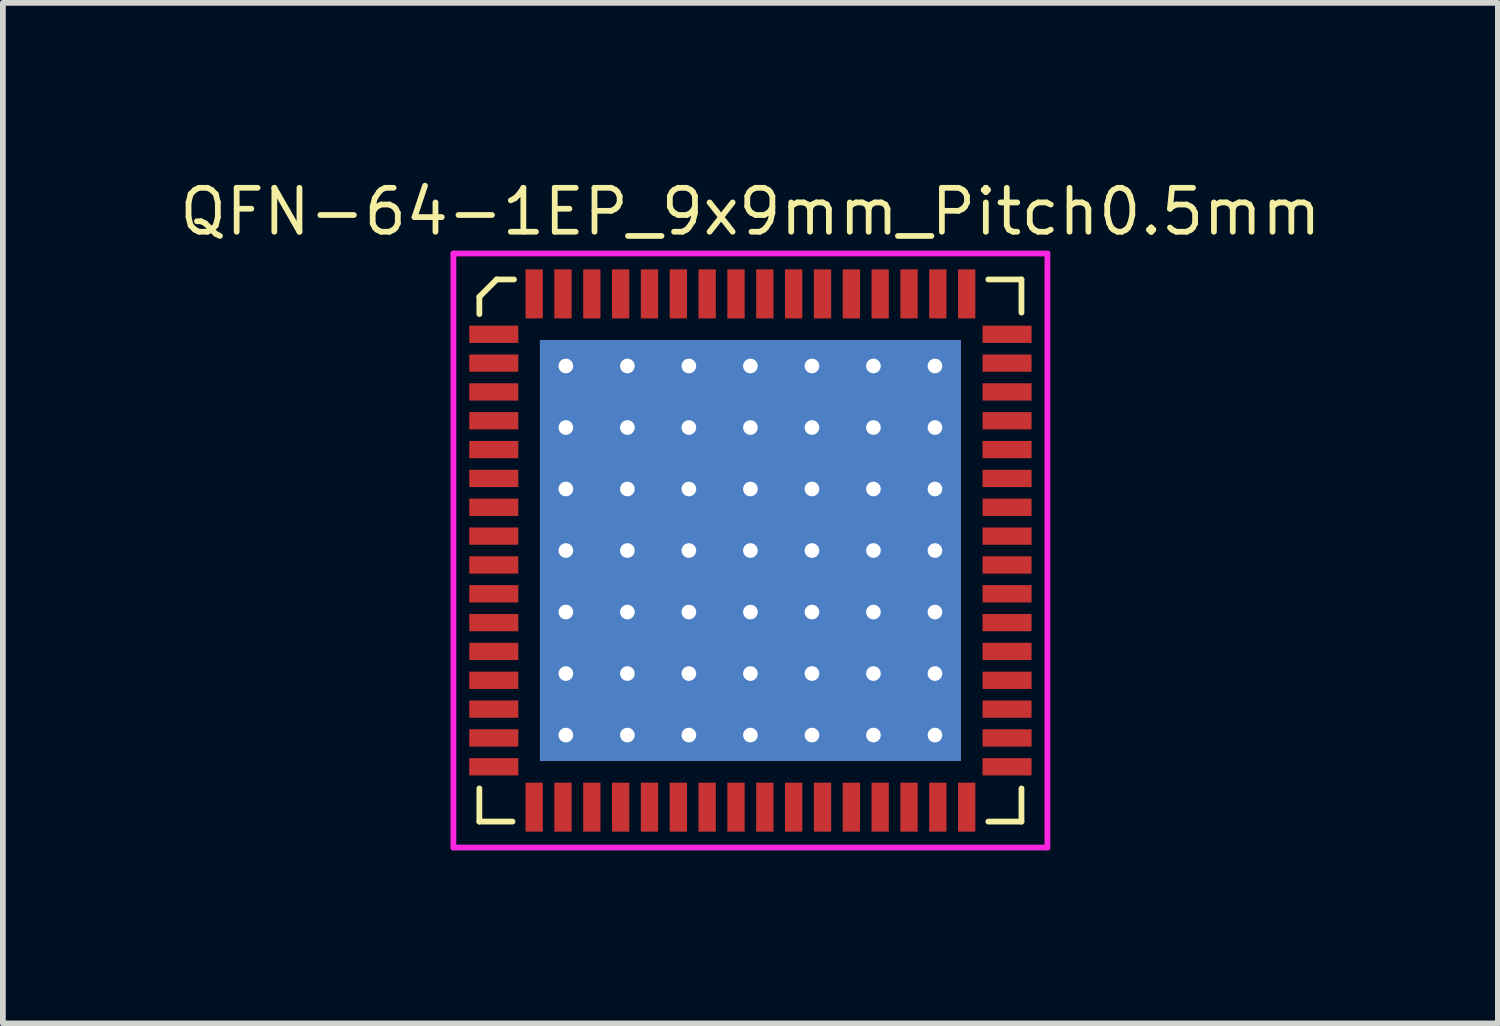
<source format=kicad_pcb>
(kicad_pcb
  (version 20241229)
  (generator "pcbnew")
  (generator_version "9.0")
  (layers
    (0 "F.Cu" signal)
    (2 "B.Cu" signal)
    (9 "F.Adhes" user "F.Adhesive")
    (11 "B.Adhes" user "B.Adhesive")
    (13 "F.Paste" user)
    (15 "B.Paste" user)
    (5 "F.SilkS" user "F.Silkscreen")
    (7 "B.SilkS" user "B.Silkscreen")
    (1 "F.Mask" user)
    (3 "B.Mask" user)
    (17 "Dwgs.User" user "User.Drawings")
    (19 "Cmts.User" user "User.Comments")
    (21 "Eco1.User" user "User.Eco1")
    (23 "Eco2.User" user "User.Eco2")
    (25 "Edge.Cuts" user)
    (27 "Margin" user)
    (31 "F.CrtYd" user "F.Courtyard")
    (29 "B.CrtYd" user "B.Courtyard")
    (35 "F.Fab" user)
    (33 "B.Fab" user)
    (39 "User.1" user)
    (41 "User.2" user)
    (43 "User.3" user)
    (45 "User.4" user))
  (footprint "QFN-64-1EP_9x9mm_Pitch0.5mm"
    (layer "F.Cu")
    (at 9.962 6.496)
    (property "Reference" "QFN-64-1EP_9x9mm_Pitch0.5mm" (at 0 -5.875 0) (layer "F.SilkS") (effects (font (size 0.762 0.762) (thickness 0.1))))
    (attr smd)
    (fp_line (start -4.7 -4.4) (end -4.4 -4.7) (stroke (width 0.1) (type solid)) (layer "F.SilkS"))
    (fp_line (start -4.7 -4.1) (end -4.7 -4.4) (stroke (width 0.1) (type solid)) (layer "F.SilkS"))
    (fp_line (start -4.7 4.7) (end -4.7 4.125) (stroke (width 0.1) (type solid)) (layer "F.SilkS"))
    (fp_line (start -4.7 4.7) (end -4.125 4.7) (stroke (width 0.1) (type solid)) (layer "F.SilkS"))
    (fp_line (start -4.4 -4.7) (end -4.1 -4.7) (stroke (width 0.1) (type solid)) (layer "F.SilkS"))
    (fp_line (start 4.7 -4.7) (end 4.125 -4.7) (stroke (width 0.1) (type solid)) (layer "F.SilkS"))
    (fp_line (start 4.7 -4.7) (end 4.7 -4.125) (stroke (width 0.1) (type solid)) (layer "F.SilkS"))
    (fp_line (start 4.7 4.7) (end 4.125 4.7) (stroke (width 0.1) (type solid)) (layer "F.SilkS"))
    (fp_line (start 4.7 4.7) (end 4.7 4.125) (stroke (width 0.1) (type solid)) (layer "F.SilkS"))
    (fp_line (start -5.15 -5.15) (end -5.15 5.15) (stroke (width 0.1) (type solid)) (layer "F.CrtYd"))
    (fp_line (start -5.15 -5.15) (end 5.15 -5.15) (stroke (width 0.1) (type solid)) (layer "F.CrtYd"))
    (fp_line (start -5.15 5.15) (end 5.15 5.15) (stroke (width 0.1) (type solid)) (layer "F.CrtYd"))
    (fp_line (start 5.15 -5.15) (end 5.15 5.15) (stroke (width 0.1) (type solid)) (layer "F.CrtYd"))
    (pad "1" smd rect (at -4.45 -3.75) (size 0.85 0.3) (layers "F.Cu" "F.Mask" "F.Paste"))
    (pad "2" smd rect (at -4.45 -3.25) (size 0.85 0.3) (layers "F.Cu" "F.Mask" "F.Paste"))
    (pad "3" smd rect (at -4.45 -2.75) (size 0.85 0.3) (layers "F.Cu" "F.Mask" "F.Paste"))
    (pad "4" smd rect (at -4.45 -2.25) (size 0.85 0.3) (layers "F.Cu" "F.Mask" "F.Paste"))
    (pad "5" smd rect (at -4.45 -1.75) (size 0.85 0.3) (layers "F.Cu" "F.Mask" "F.Paste"))
    (pad "6" smd rect (at -4.45 -1.25) (size 0.85 0.3) (layers "F.Cu" "F.Mask" "F.Paste"))
    (pad "7" smd rect (at -4.45 -0.75) (size 0.85 0.3) (layers "F.Cu" "F.Mask" "F.Paste"))
    (pad "8" smd rect (at -4.45 -0.25) (size 0.85 0.3) (layers "F.Cu" "F.Mask" "F.Paste"))
    (pad "9" smd rect (at -4.45 0.25) (size 0.85 0.3) (layers "F.Cu" "F.Mask" "F.Paste"))
    (pad "10" smd rect (at -4.45 0.75) (size 0.85 0.3) (layers "F.Cu" "F.Mask" "F.Paste"))
    (pad "11" smd rect (at -4.45 1.25) (size 0.85 0.3) (layers "F.Cu" "F.Mask" "F.Paste"))
    (pad "12" smd rect (at -4.45 1.75) (size 0.85 0.3) (layers "F.Cu" "F.Mask" "F.Paste"))
    (pad "13" smd rect (at -4.45 2.25) (size 0.85 0.3) (layers "F.Cu" "F.Mask" "F.Paste"))
    (pad "14" smd rect (at -4.45 2.75) (size 0.85 0.3) (layers "F.Cu" "F.Mask" "F.Paste"))
    (pad "15" smd rect (at -4.45 3.25) (size 0.85 0.3) (layers "F.Cu" "F.Mask" "F.Paste"))
    (pad "16" smd rect (at -4.45 3.75) (size 0.85 0.3) (layers "F.Cu" "F.Mask" "F.Paste"))
    (pad "17" smd rect (at -3.75 4.45 90) (size 0.85 0.3) (layers "F.Cu" "F.Mask" "F.Paste"))
    (pad "18" smd rect (at -3.25 4.45 90) (size 0.85 0.3) (layers "F.Cu" "F.Mask" "F.Paste"))
    (pad "19" smd rect (at -2.75 4.45 90) (size 0.85 0.3) (layers "F.Cu" "F.Mask" "F.Paste"))
    (pad "20" smd rect (at -2.25 4.45 90) (size 0.85 0.3) (layers "F.Cu" "F.Mask" "F.Paste"))
    (pad "21" smd rect (at -1.75 4.45 90) (size 0.85 0.3) (layers "F.Cu" "F.Mask" "F.Paste"))
    (pad "22" smd rect (at -1.25 4.45 90) (size 0.85 0.3) (layers "F.Cu" "F.Mask" "F.Paste"))
    (pad "23" smd rect (at -0.75 4.45 90) (size 0.85 0.3) (layers "F.Cu" "F.Mask" "F.Paste"))
    (pad "24" smd rect (at -0.25 4.45 90) (size 0.85 0.3) (layers "F.Cu" "F.Mask" "F.Paste"))
    (pad "25" smd rect (at 0.25 4.45 90) (size 0.85 0.3) (layers "F.Cu" "F.Mask" "F.Paste"))
    (pad "26" smd rect (at 0.75 4.45 90) (size 0.85 0.3) (layers "F.Cu" "F.Mask" "F.Paste"))
    (pad "27" smd rect (at 1.25 4.45 90) (size 0.85 0.3) (layers "F.Cu" "F.Mask" "F.Paste"))
    (pad "28" smd rect (at 1.75 4.45 90) (size 0.85 0.3) (layers "F.Cu" "F.Mask" "F.Paste"))
    (pad "29" smd rect (at 2.25 4.45 90) (size 0.85 0.3) (layers "F.Cu" "F.Mask" "F.Paste"))
    (pad "30" smd rect (at 2.75 4.45 90) (size 0.85 0.3) (layers "F.Cu" "F.Mask" "F.Paste"))
    (pad "31" smd rect (at 3.25 4.45 90) (size 0.85 0.3) (layers "F.Cu" "F.Mask" "F.Paste"))
    (pad "32" smd rect (at 3.75 4.45 90) (size 0.85 0.3) (layers "F.Cu" "F.Mask" "F.Paste"))
    (pad "33" smd rect (at 4.45 3.75) (size 0.85 0.3) (layers "F.Cu" "F.Mask" "F.Paste"))
    (pad "34" smd rect (at 4.45 3.25) (size 0.85 0.3) (layers "F.Cu" "F.Mask" "F.Paste"))
    (pad "35" smd rect (at 4.45 2.75) (size 0.85 0.3) (layers "F.Cu" "F.Mask" "F.Paste"))
    (pad "36" smd rect (at 4.45 2.25) (size 0.85 0.3) (layers "F.Cu" "F.Mask" "F.Paste"))
    (pad "37" smd rect (at 4.45 1.75) (size 0.85 0.3) (layers "F.Cu" "F.Mask" "F.Paste"))
    (pad "38" smd rect (at 4.45 1.25) (size 0.85 0.3) (layers "F.Cu" "F.Mask" "F.Paste"))
    (pad "39" smd rect (at 4.45 0.75) (size 0.85 0.3) (layers "F.Cu" "F.Mask" "F.Paste"))
    (pad "40" smd rect (at 4.45 0.25) (size 0.85 0.3) (layers "F.Cu" "F.Mask" "F.Paste"))
    (pad "41" smd rect (at 4.45 -0.25) (size 0.85 0.3) (layers "F.Cu" "F.Mask" "F.Paste"))
    (pad "42" smd rect (at 4.45 -0.75) (size 0.85 0.3) (layers "F.Cu" "F.Mask" "F.Paste"))
    (pad "43" smd rect (at 4.45 -1.25) (size 0.85 0.3) (layers "F.Cu" "F.Mask" "F.Paste"))
    (pad "44" smd rect (at 4.45 -1.75) (size 0.85 0.3) (layers "F.Cu" "F.Mask" "F.Paste"))
    (pad "45" smd rect (at 4.45 -2.25) (size 0.85 0.3) (layers "F.Cu" "F.Mask" "F.Paste"))
    (pad "46" smd rect (at 4.45 -2.75) (size 0.85 0.3) (layers "F.Cu" "F.Mask" "F.Paste"))
    (pad "47" smd rect (at 4.45 -3.25) (size 0.85 0.3) (layers "F.Cu" "F.Mask" "F.Paste"))
    (pad "48" smd rect (at 4.45 -3.75) (size 0.85 0.3) (layers "F.Cu" "F.Mask" "F.Paste"))
    (pad "49" smd rect (at 3.75 -4.45 90) (size 0.85 0.3) (layers "F.Cu" "F.Mask" "F.Paste"))
    (pad "50" smd rect (at 3.25 -4.45 90) (size 0.85 0.3) (layers "F.Cu" "F.Mask" "F.Paste"))
    (pad "51" smd rect (at 2.75 -4.45 90) (size 0.85 0.3) (layers "F.Cu" "F.Mask" "F.Paste"))
    (pad "52" smd rect (at 2.25 -4.45 90) (size 0.85 0.3) (layers "F.Cu" "F.Mask" "F.Paste"))
    (pad "53" smd rect (at 1.75 -4.45 90) (size 0.85 0.3) (layers "F.Cu" "F.Mask" "F.Paste"))
    (pad "54" smd rect (at 1.25 -4.45 90) (size 0.85 0.3) (layers "F.Cu" "F.Mask" "F.Paste"))
    (pad "55" smd rect (at 0.75 -4.45 90) (size 0.85 0.3) (layers "F.Cu" "F.Mask" "F.Paste"))
    (pad "56" smd rect (at 0.25 -4.45 90) (size 0.85 0.3) (layers "F.Cu" "F.Mask" "F.Paste"))
    (pad "57" smd rect (at -0.25 -4.45 90) (size 0.85 0.3) (layers "F.Cu" "F.Mask" "F.Paste"))
    (pad "58" smd rect (at -0.75 -4.45 90) (size 0.85 0.3) (layers "F.Cu" "F.Mask" "F.Paste"))
    (pad "59" smd rect (at -1.25 -4.45 90) (size 0.85 0.3) (layers "F.Cu" "F.Mask" "F.Paste"))
    (pad "60" smd rect (at -1.75 -4.45 90) (size 0.85 0.3) (layers "F.Cu" "F.Mask" "F.Paste"))
    (pad "61" smd rect (at -2.25 -4.45 90) (size 0.85 0.3) (layers "F.Cu" "F.Mask" "F.Paste"))
    (pad "62" smd rect (at -2.75 -4.45 90) (size 0.85 0.3) (layers "F.Cu" "F.Mask" "F.Paste"))
    (pad "63" smd rect (at -3.25 -4.45 90) (size 0.85 0.3) (layers "F.Cu" "F.Mask" "F.Paste"))
    (pad "64" smd rect (at -3.75 -4.45 90) (size 0.85 0.3) (layers "F.Cu" "F.Mask" "F.Paste"))
    (pad "65" thru_hole circle (at -3.2 -3.2) (size 0.381 0.381) (drill 0.254) (layers "*.Cu" "*.Mask"))
    (pad "65" thru_hole circle (at -3.2 -2.133) (size 0.381 0.381) (drill 0.254) (layers "*.Cu" "*.Mask"))
    (pad "65" thru_hole circle (at -3.2 -1.067) (size 0.381 0.381) (drill 0.254) (layers "*.Cu" "*.Mask"))
    (pad "65" thru_hole circle (at -3.2 -0.00002) (size 0.381 0.381) (drill 0.254) (layers "*.Cu" "*.Mask"))
    (pad "65" thru_hole circle (at -3.2 1.067) (size 0.381 0.381) (drill 0.254) (layers "*.Cu" "*.Mask"))
    (pad "65" thru_hole circle (at -3.2 2.133) (size 0.381 0.381) (drill 0.254) (layers "*.Cu" "*.Mask"))
    (pad "65" thru_hole circle (at -3.2 3.2) (size 0.381 0.381) (drill 0.254) (layers "*.Cu" "*.Mask"))
    (pad "65" thru_hole circle (at -2.133 -3.2) (size 0.381 0.381) (drill 0.254) (layers "*.Cu" "*.Mask"))
    (pad "65" thru_hole circle (at -2.133 -2.133) (size 0.381 0.381) (drill 0.254) (layers "*.Cu" "*.Mask"))
    (pad "65" thru_hole circle (at -2.133 -1.067) (size 0.381 0.381) (drill 0.254) (layers "*.Cu" "*.Mask"))
    (pad "65" thru_hole circle (at -2.133 -0.00002) (size 0.381 0.381) (drill 0.254) (layers "*.Cu" "*.Mask"))
    (pad "65" thru_hole circle (at -2.133 1.067) (size 0.381 0.381) (drill 0.254) (layers "*.Cu" "*.Mask"))
    (pad "65" thru_hole circle (at -2.133 2.133) (size 0.381 0.381) (drill 0.254) (layers "*.Cu" "*.Mask"))
    (pad "65" thru_hole circle (at -2.133 3.2) (size 0.381 0.381) (drill 0.254) (layers "*.Cu" "*.Mask"))
    (pad "65" thru_hole circle (at -1.067 -3.2) (size 0.381 0.381) (drill 0.254) (layers "*.Cu" "*.Mask"))
    (pad "65" thru_hole circle (at -1.067 -2.133) (size 0.381 0.381) (drill 0.254) (layers "*.Cu" "*.Mask"))
    (pad "65" thru_hole circle (at -1.067 -1.067) (size 0.381 0.381) (drill 0.254) (layers "*.Cu" "*.Mask"))
    (pad "65" thru_hole circle (at -1.067 -0.00002) (size 0.381 0.381) (drill 0.254) (layers "*.Cu" "*.Mask"))
    (pad "65" thru_hole circle (at -1.067 1.067) (size 0.381 0.381) (drill 0.254) (layers "*.Cu" "*.Mask"))
    (pad "65" thru_hole circle (at -1.067 2.133) (size 0.381 0.381) (drill 0.254) (layers "*.Cu" "*.Mask"))
    (pad "65" thru_hole circle (at -1.067 3.2) (size 0.381 0.381) (drill 0.254) (layers "*.Cu" "*.Mask"))
    (pad "65" thru_hole circle (at -0.00002 -3.2) (size 0.381 0.381) (drill 0.254) (layers "*.Cu" "*.Mask"))
    (pad "65" thru_hole circle (at -0.00002 -2.133) (size 0.381 0.381) (drill 0.254) (layers "*.Cu" "*.Mask"))
    (pad "65" thru_hole circle (at -0.00002 -1.067) (size 0.381 0.381) (drill 0.254) (layers "*.Cu" "*.Mask"))
    (pad "65" thru_hole circle (at -0.00002 -0.00002) (size 0.381 0.381) (drill 0.254) (layers "*.Cu" "*.Mask"))
    (pad "65" thru_hole circle (at -0.00002 1.067) (size 0.381 0.381) (drill 0.254) (layers "*.Cu" "*.Mask"))
    (pad "65" thru_hole circle (at -0.00002 2.133) (size 0.381 0.381) (drill 0.254) (layers "*.Cu" "*.Mask"))
    (pad "65" thru_hole circle (at -0.00002 3.2) (size 0.381 0.381) (drill 0.254) (layers "*.Cu" "*.Mask"))
    (pad "65" smd rect (at 0 0) (size 7.3 7.3) (layers "F.Cu" "F.Mask" "F.Paste"))
    (pad "65" smd rect (at 0 0) (size 7.3 7.3) (layers "B.Cu" "B.Mask" "B.Paste"))
    (pad "65" thru_hole circle (at 1.067 -3.2) (size 0.381 0.381) (drill 0.254) (layers "*.Cu" "*.Mask"))
    (pad "65" thru_hole circle (at 1.067 -2.133) (size 0.381 0.381) (drill 0.254) (layers "*.Cu" "*.Mask"))
    (pad "65" thru_hole circle (at 1.067 -1.067) (size 0.381 0.381) (drill 0.254) (layers "*.Cu" "*.Mask"))
    (pad "65" thru_hole circle (at 1.067 -0.00002) (size 0.381 0.381) (drill 0.254) (layers "*.Cu" "*.Mask"))
    (pad "65" thru_hole circle (at 1.067 1.067) (size 0.381 0.381) (drill 0.254) (layers "*.Cu" "*.Mask"))
    (pad "65" thru_hole circle (at 1.067 2.133) (size 0.381 0.381) (drill 0.254) (layers "*.Cu" "*.Mask"))
    (pad "65" thru_hole circle (at 1.067 3.2) (size 0.381 0.381) (drill 0.254) (layers "*.Cu" "*.Mask"))
    (pad "65" thru_hole circle (at 2.133 -3.2) (size 0.381 0.381) (drill 0.254) (layers "*.Cu" "*.Mask"))
    (pad "65" thru_hole circle (at 2.133 -2.133) (size 0.381 0.381) (drill 0.254) (layers "*.Cu" "*.Mask"))
    (pad "65" thru_hole circle (at 2.133 -1.067) (size 0.381 0.381) (drill 0.254) (layers "*.Cu" "*.Mask"))
    (pad "65" thru_hole circle (at 2.133 -0.00002) (size 0.381 0.381) (drill 0.254) (layers "*.Cu" "*.Mask"))
    (pad "65" thru_hole circle (at 2.133 1.067) (size 0.381 0.381) (drill 0.254) (layers "*.Cu" "*.Mask"))
    (pad "65" thru_hole circle (at 2.133 2.133) (size 0.381 0.381) (drill 0.254) (layers "*.Cu" "*.Mask"))
    (pad "65" thru_hole circle (at 2.133 3.2) (size 0.381 0.381) (drill 0.254) (layers "*.Cu" "*.Mask"))
    (pad "65" thru_hole circle (at 3.2 -3.2) (size 0.381 0.381) (drill 0.254) (layers "*.Cu" "*.Mask"))
    (pad "65" thru_hole circle (at 3.2 -2.133) (size 0.381 0.381) (drill 0.254) (layers "*.Cu" "*.Mask"))
    (pad "65" thru_hole circle (at 3.2 -1.067) (size 0.381 0.381) (drill 0.254) (layers "*.Cu" "*.Mask"))
    (pad "65" thru_hole circle (at 3.2 -0.00002) (size 0.381 0.381) (drill 0.254) (layers "*.Cu" "*.Mask"))
    (pad "65" thru_hole circle (at 3.2 1.067) (size 0.381 0.381) (drill 0.254) (layers "*.Cu" "*.Mask"))
    (pad "65" thru_hole circle (at 3.2 2.133) (size 0.381 0.381) (drill 0.254) (layers "*.Cu" "*.Mask"))
    (pad "65" thru_hole circle (at 3.2 3.2) (size 0.381 0.381) (drill 0.254) (layers "*.Cu" "*.Mask")))
  (gr_rect
    (start -3 -3)
    (end 22.923 14.696)
    (stroke (width 0.1) (type default))
    (fill no)
    (layer "Edge.Cuts")))
</source>
